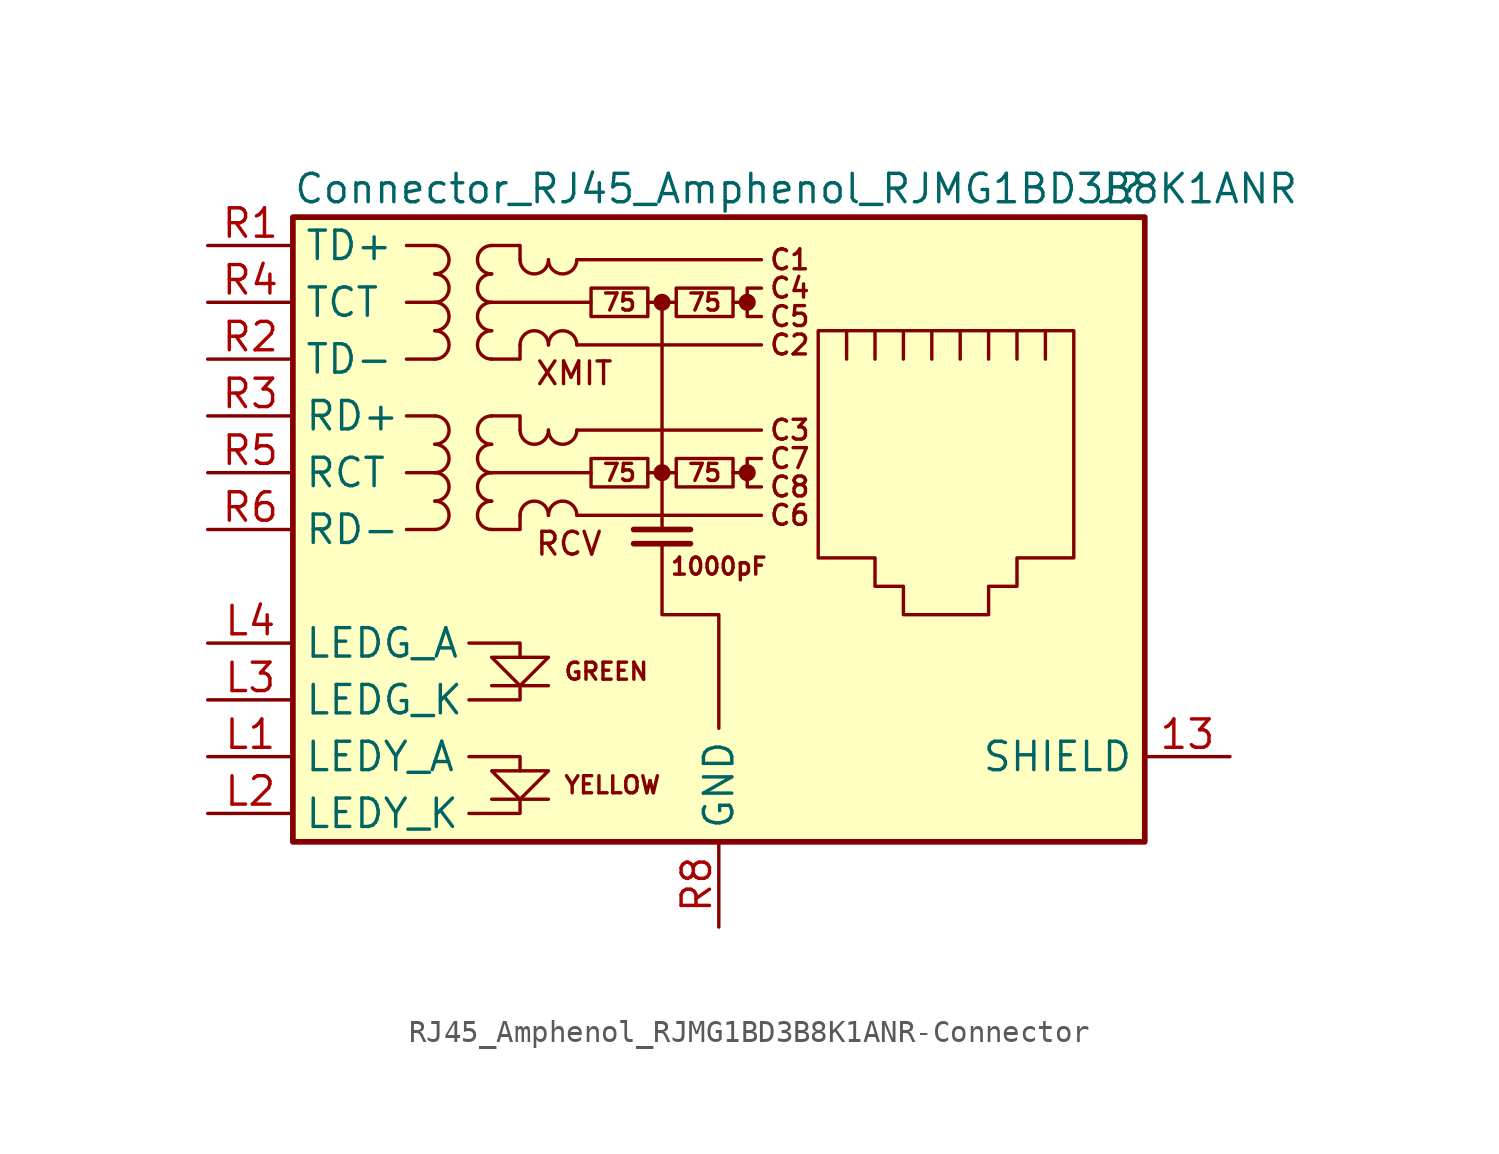
<source format=kicad_sym>
(kicad_symbol_lib
  (version 20241209)
  (generator "kicad_symbol_editor")
  (generator_version "9.0")
  (symbol "RJ45_Amphenol_RJMG1BD3B8K1ANR-Connector"
    (property "Reference" "J"
      (at 19.05 15.24 0)
      (effects (font (size 1.27 1.27)) (justify right)))
    (property "Value" "Connector_RJ45_Amphenol_RJMG1BD3B8K1ANR"
      (at -19.05 15.24 0)
      (effects (font (size 1.27 1.27)) (justify left)))
    (symbol "RJ45_Amphenol_RJMG1BD3B8K1ANR-Connector_0_0"
      (polyline (pts (xy -11.176 -5.08) (xy -8.89 -5.08) (xy -8.89 -5.715)) (stroke (width 0) (type solid)) (fill (type none)))
      (polyline (pts (xy -11.176 -10.16) (xy -8.89 -10.16) (xy -8.89 -10.795)) (stroke (width 0) (type solid)) (fill (type none)))
      (polyline (pts (xy -11.176 -12.7) (xy -8.89 -12.7) (xy -8.89 -12.065)) (stroke (width 0) (type solid)) (fill (type none)))
      (polyline (pts (xy -10.16 -5.715) (xy -7.62 -5.715) (xy -8.89 -6.985) (xy -10.16 -5.715)) (stroke (width 0) (type solid)) (fill (type none)))
      (polyline (pts (xy -8.89 -6.985) (xy -8.89 -7.62) (xy -11.176 -7.62)) (stroke (width 0) (type solid)) (fill (type none)))
      (polyline (pts (xy -7.62 -6.985) (xy -10.16 -6.985)) (stroke (width 0) (type solid)) (fill (type none)))
      (polyline (pts (xy -7.62 -10.795) (xy -10.16 -10.795) (xy -8.89 -12.065) (xy -7.62 -10.795)) (stroke (width 0) (type solid)) (fill (type none)))
      (polyline (pts (xy -7.62 -12.065) (xy -10.16 -12.065)) (stroke (width 0) (type solid)) (fill (type none)))
      (circle (center -2.54 10.16) (radius 0.254) (stroke (width 0.254) (type solid)) (fill (type outline)))
      (polyline (pts (xy -2.54 10.16) (xy -2.54 0)) (stroke (width 0) (type solid)) (fill (type none)))
      (circle (center -2.54 2.54) (radius 0.254) (stroke (width 0.254) (type solid)) (fill (type outline)))
      (polyline (pts (xy -2.54 -0.635) (xy -2.54 -3.81) (xy 0 -3.81) (xy 0 -8.89)) (stroke (width 0) (type solid)) (fill (type none)))
      (polyline (pts (xy -1.27 0) (xy -3.81 0)) (stroke (width 0.254) (type solid)) (fill (type none)))
      (polyline (pts (xy -1.27 -0.635) (xy -3.81 -0.635)) (stroke (width 0.254) (type solid)) (fill (type none)))
      (polyline (pts (xy 1.27 10.16) (xy 0.635 10.16)) (stroke (width 0) (type solid)) (fill (type none)))
      (circle (center 1.27 10.16) (radius 0.254) (stroke (width 0.254) (type solid)) (fill (type outline)))
      (polyline (pts (xy 1.27 2.54) (xy 0.635 2.54)) (stroke (width 0) (type solid)) (fill (type none)))
      (circle (center 1.27 2.54) (radius 0.254) (stroke (width 0.254) (type solid)) (fill (type outline)))
      (polyline (pts (xy 1.905 10.795) (xy 1.27 10.795) (xy 1.27 9.525) (xy 1.905 9.525)) (stroke (width 0) (type solid)) (fill (type none)))
      (polyline (pts (xy 1.905 3.175) (xy 1.27 3.175) (xy 1.27 1.905) (xy 1.905 1.905)) (stroke (width 0) (type solid)) (fill (type none)))
      (text "XMIT" (at -8.255 6.985 0) (effects (font (size 1.016 1.016)) (justify left)))
      (text "RCV" (at -8.255 -0.635 0) (effects (font (size 1.016 1.016)) (justify left)))
      (text "GREEN" (at -6.985 -6.35 0) (effects (font (size 0.762 0.762)) (justify left)))
      (text "YELLOW" (at -6.985 -11.43 0) (effects (font (size 0.762 0.762)) (justify left)))
      (text "75" (at -4.445 10.16 0) (effects (font (size 0.762 0.762))))
      (text "75" (at -4.445 2.54 0) (effects (font (size 0.762 0.762))))
      (text "75" (at -0.635 10.16 0) (effects (font (size 0.762 0.762))))
      (text "75" (at -0.635 2.54 0) (effects (font (size 0.762 0.762))))
      (text "1000pF" (at 0 -1.651 0) (effects (font (size 0.762 0.762))))
      (text "C1" (at 3.175 12.065 0) (effects (font (size 0.889 0.889))))
      (text "C4" (at 3.175 10.795 0) (effects (font (size 0.889 0.889))))
      (text "C5" (at 3.175 9.525 0) (effects (font (size 0.889 0.889))))
      (text "C2" (at 3.175 8.255 0) (effects (font (size 0.889 0.889))))
      (text "C3" (at 3.175 4.445 0) (effects (font (size 0.889 0.889))))
      (text "C7" (at 3.175 3.175 0) (effects (font (size 0.889 0.889))))
      (text "C8" (at 3.175 1.905 0) (effects (font (size 0.889 0.889))))
      (text "C6" (at 3.175 0.635 0) (effects (font (size 0.889 0.889)))))
    (symbol "RJ45_Amphenol_RJMG1BD3B8K1ANR-Connector_0_1"
      (rectangle (start -19.05 -13.97) (end 19.05 13.97) (stroke (width 0.254) (type solid)) (fill (type background)))
      (arc (start -12.7 12.7) (mid -12.0677 12.065) (end -12.7 11.43) (stroke (width 0) (type solid)) (fill (type none)))
      (arc (start -12.7 11.43) (mid -12.0677 10.795) (end -12.7 10.16) (stroke (width 0) (type solid)) (fill (type none)))
      (arc (start -12.7 10.16) (mid -12.0677 9.525) (end -12.7 8.89) (stroke (width 0) (type solid)) (fill (type none)))
      (arc (start -12.7 8.89) (mid -12.0677 8.255) (end -12.7 7.62) (stroke (width 0) (type solid)) (fill (type none)))
      (arc (start -12.7 5.08) (mid -12.0677 4.445) (end -12.7 3.81) (stroke (width 0) (type solid)) (fill (type none)))
      (arc (start -12.7 3.81) (mid -12.0677 3.175) (end -12.7 2.54) (stroke (width 0) (type solid)) (fill (type none)))
      (arc (start -12.7 2.54) (mid -12.0677 1.905) (end -12.7 1.27) (stroke (width 0) (type solid)) (fill (type none)))
      (arc (start -12.7 1.27) (mid -12.0677 0.635) (end -12.7 0) (stroke (width 0) (type solid)) (fill (type none)))
      (polyline (pts (xy -12.7 12.7) (xy -13.97 12.7)) (stroke (width 0) (type solid)) (fill (type none)))
      (polyline (pts (xy -12.7 10.16) (xy -13.97 10.16)) (stroke (width 0) (type solid)) (fill (type none)))
      (polyline (pts (xy -12.7 7.62) (xy -13.97 7.62)) (stroke (width 0) (type solid)) (fill (type none)))
      (polyline (pts (xy -12.7 5.08) (xy -13.97 5.08)) (stroke (width 0) (type solid)) (fill (type none)))
      (polyline (pts (xy -12.7 2.54) (xy -13.97 2.54)) (stroke (width 0) (type solid)) (fill (type none)))
      (polyline (pts (xy -12.7 0) (xy -13.97 0)) (stroke (width 0) (type solid)) (fill (type none)))
      (polyline (pts (xy -10.16 12.7) (xy -8.89 12.7) (xy -8.89 12.065)) (stroke (width 0) (type solid)) (fill (type none)))
      (polyline (pts (xy -10.16 5.08) (xy -8.89 5.08) (xy -8.89 4.445)) (stroke (width 0) (type solid)) (fill (type none)))
      (arc (start -10.16 11.43) (mid -10.7922 12.065) (end -10.16 12.7) (stroke (width 0) (type solid)) (fill (type none)))
      (arc (start -10.16 10.16) (mid -10.7922 10.795) (end -10.16 11.43) (stroke (width 0) (type solid)) (fill (type none)))
      (arc (start -10.16 8.89) (mid -10.7922 9.525) (end -10.16 10.16) (stroke (width 0) (type solid)) (fill (type none)))
      (arc (start -10.16 7.62) (mid -10.7922 8.255) (end -10.16 8.89) (stroke (width 0) (type solid)) (fill (type none)))
      (arc (start -10.16 3.81) (mid -10.7922 4.445) (end -10.16 5.08) (stroke (width 0) (type solid)) (fill (type none)))
      (arc (start -10.16 2.54) (mid -10.7922 3.175) (end -10.16 3.81) (stroke (width 0) (type solid)) (fill (type none)))
      (arc (start -10.16 1.27) (mid -10.7922 1.905) (end -10.16 2.54) (stroke (width 0) (type solid)) (fill (type none)))
      (arc (start -10.16 0) (mid -10.7922 0.635) (end -10.16 1.27) (stroke (width 0) (type solid)) (fill (type none)))
      (polyline (pts (xy -8.89 8.255) (xy -8.89 7.62) (xy -10.16 7.62)) (stroke (width 0) (type solid)) (fill (type none)))
      (polyline (pts (xy -8.89 0.635) (xy -8.89 0) (xy -10.16 0)) (stroke (width 0) (type solid)) (fill (type none)))
      (arc (start -7.62 12.065) (mid -8.255 11.4327) (end -8.89 12.065) (stroke (width 0) (type solid)) (fill (type none)))
      (arc (start -8.89 8.255) (mid -8.255 8.8872) (end -7.62 8.255) (stroke (width 0) (type solid)) (fill (type none)))
      (arc (start -7.62 4.445) (mid -8.255 3.8127) (end -8.89 4.445) (stroke (width 0) (type solid)) (fill (type none)))
      (arc (start -8.89 0.635) (mid -8.255 1.2672) (end -7.62 0.635) (stroke (width 0) (type solid)) (fill (type none)))
      (arc (start -6.35 12.065) (mid -6.985 11.4327) (end -7.62 12.065) (stroke (width 0) (type solid)) (fill (type none)))
      (arc (start -7.62 8.255) (mid -6.985 8.8872) (end -6.35 8.255) (stroke (width 0) (type solid)) (fill (type none)))
      (arc (start -6.35 4.445) (mid -6.985 3.8127) (end -7.62 4.445) (stroke (width 0) (type solid)) (fill (type none)))
      (arc (start -7.62 0.635) (mid -6.985 1.2672) (end -6.35 0.635) (stroke (width 0) (type solid)) (fill (type none)))
      (polyline (pts (xy -6.35 12.065) (xy 1.905 12.065)) (stroke (width 0) (type solid)) (fill (type none)))
      (polyline (pts (xy -6.35 8.255) (xy 1.905 8.255)) (stroke (width 0) (type solid)) (fill (type none)))
      (polyline (pts (xy -6.35 4.445) (xy 1.905 4.445)) (stroke (width 0) (type solid)) (fill (type none)))
      (polyline (pts (xy -6.35 0.635) (xy 1.905 0.635)) (stroke (width 0) (type solid)) (fill (type none)))
      (rectangle (start -5.715 10.795) (end -3.175 9.525) (stroke (width 0) (type solid)) (fill (type none)))
      (polyline (pts (xy -5.715 10.16) (xy -10.16 10.16)) (stroke (width 0) (type solid)) (fill (type none)))
      (rectangle (start -5.715 3.175) (end -3.175 1.905) (stroke (width 0) (type solid)) (fill (type none)))
      (polyline (pts (xy -5.715 2.54) (xy -10.16 2.54)) (stroke (width 0) (type solid)) (fill (type none)))
      (polyline (pts (xy -3.175 10.16) (xy -1.905 10.16)) (stroke (width 0) (type solid)) (fill (type none)))
      (polyline (pts (xy -3.175 2.54) (xy -1.905 2.54)) (stroke (width 0) (type solid)) (fill (type none)))
      (rectangle (start -1.905 10.795) (end 0.635 9.525) (stroke (width 0) (type solid)) (fill (type none)))
      (rectangle (start -1.905 3.175) (end 0.635 1.905) (stroke (width 0) (type solid)) (fill (type none)))
      (polyline (pts (xy 4.445 8.89) (xy 15.875 8.89) (xy 15.875 -1.27) (xy 13.335 -1.27) (xy 13.335 -2.54) (xy 12.065 -2.54) (xy 12.065 -3.81) (xy 8.255 -3.81) (xy 8.255 -2.54) (xy 6.985 -2.54) (xy 6.985 -1.27) (xy 4.445 -1.27) (xy 4.445 8.89)) (stroke (width 0) (type solid)) (fill (type none)))
      (polyline (pts (xy 5.715 7.62) (xy 5.715 8.89)) (stroke (width 0) (type solid)) (fill (type none)))
      (polyline (pts (xy 6.985 8.89) (xy 6.985 7.62)) (stroke (width 0) (type solid)) (fill (type none)))
      (polyline (pts (xy 8.255 8.89) (xy 8.255 7.62)) (stroke (width 0) (type solid)) (fill (type none)))
      (polyline (pts (xy 9.525 8.89) (xy 9.525 7.62)) (stroke (width 0) (type solid)) (fill (type none)))
      (polyline (pts (xy 10.795 8.89) (xy 10.795 7.62)) (stroke (width 0) (type solid)) (fill (type none)))
      (polyline (pts (xy 12.065 8.89) (xy 12.065 7.62)) (stroke (width 0) (type solid)) (fill (type none)))
      (polyline (pts (xy 13.335 7.62) (xy 13.335 8.89)) (stroke (width 0) (type solid)) (fill (type none)))
      (polyline (pts (xy 14.605 7.62) (xy 14.605 8.89)) (stroke (width 0) (type solid)) (fill (type none))))
    (symbol "RJ45_Amphenol_RJMG1BD3B8K1ANR-Connector_1_1"
      (pin passive line (at -22.86 12.7 0) (length 3.81) (name "TD+" (effects (font (size 1.27 1.27)))) (number "R1" (effects (font (size 1.27 1.27)))))
      (pin passive line (at -22.86 10.16 0) (length 3.81) (name "TCT" (effects (font (size 1.27 1.27)))) (number "R4" (effects (font (size 1.27 1.27)))))
      (pin passive line (at -22.86 7.62 0) (length 3.81) (name "TD-" (effects (font (size 1.27 1.27)))) (number "R2" (effects (font (size 1.27 1.27)))))
      (pin passive line (at -22.86 5.08 0) (length 3.81) (name "RD+" (effects (font (size 1.27 1.27)))) (number "R3" (effects (font (size 1.27 1.27)))))
      (pin passive line (at -22.86 2.54 0) (length 3.81) (name "RCT" (effects (font (size 1.27 1.27)))) (number "R5" (effects (font (size 1.27 1.27)))))
      (pin passive line (at -22.86 0 0) (length 3.81) (name "RD-" (effects (font (size 1.27 1.27)))) (number "R6" (effects (font (size 1.27 1.27)))))
      (pin passive line (at -22.86 -5.08 0) (length 3.81) (name "LEDG_A" (effects (font (size 1.27 1.27)))) (number "L4" (effects (font (size 1.27 1.27)))))
      (pin passive line (at -22.86 -7.62 0) (length 3.81) (name "LEDG_K" (effects (font (size 1.27 1.27)))) (number "L3" (effects (font (size 1.27 1.27)))))
      (pin passive line (at -22.86 -10.16 0) (length 3.81) (name "LEDY_A" (effects (font (size 1.27 1.27)))) (number "L1" (effects (font (size 1.27 1.27)))))
      (pin passive line (at -22.86 -12.7 0) (length 3.81) (name "LEDY_K" (effects (font (size 1.27 1.27)))) (number "L2" (effects (font (size 1.27 1.27)))))
      (pin power_in line (at 0 -17.78 90) (length 3.81) (name "GND" (effects (font (size 1.27 1.27)))) (number "R8" (effects (font (size 1.27 1.27)))))
      (pin no_connect line (at 5.08 -5.08 0) (length 0) (hide yes) (name "NC" (effects (font (size 1.27 1.27)))) (number "R7" (effects (font (size 1.27 1.27)))))
      (pin passive line (at 22.86 -10.16 180) (length 3.81) (name "SHIELD" (effects (font (size 1.27 1.27)))) (number "13" (effects (font (size 1.27 1.27))))))))
</source>
